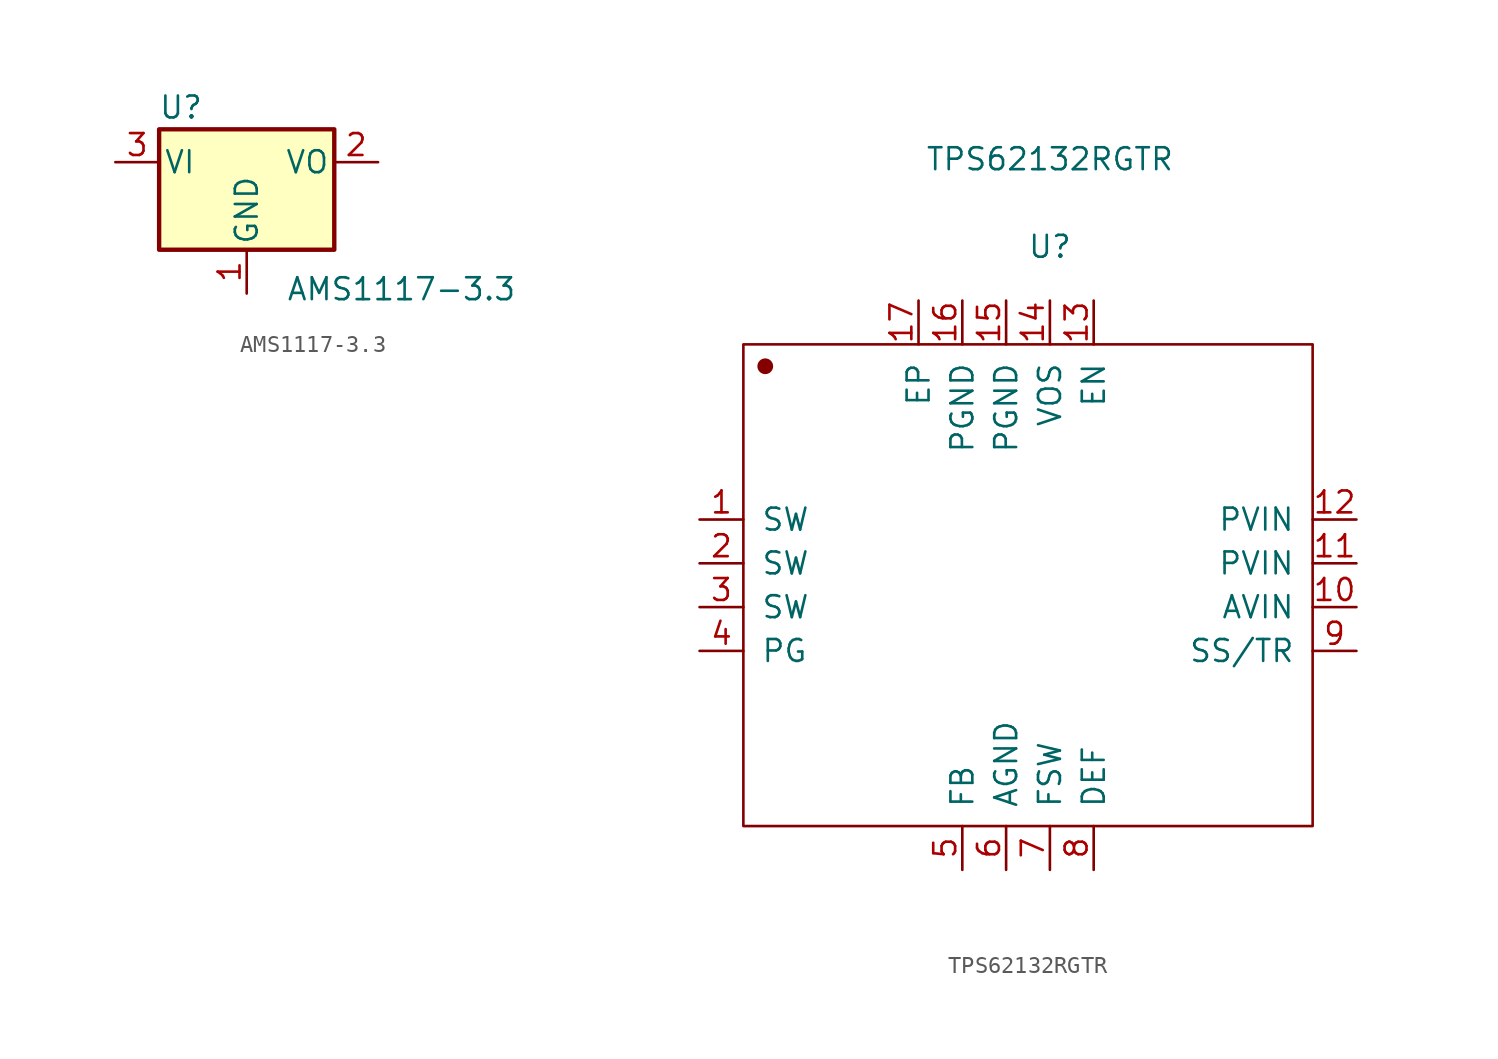
<source format=kicad_sym>
(kicad_symbol_lib
  (version 20231120)
  (generator "kicad_symbol_editor")
  (generator_version "8.0")
  (symbol "AMS1117-3.3"
    (pin_names
      (offset 0.254))
    (property "Reference" "U"
      (at -3.81 3.175 0)
      (effects (font (size 1.27 1.27))))
    (property "Value" "AMS1117-3.3"
      (at 2.286 -7.366 0)
      (effects (font (size 1.27 1.27)) (justify left)))
    (symbol "AMS1117-3.3_0_1"
      (rectangle (start -5.08 -5.08) (end 5.08 1.905) (stroke (width 0.254) (type default)) (fill (type background))))
    (symbol "AMS1117-3.3_1_1"
      (pin power_in line (at 0 -7.62 90) (length 2.54) (name "GND" (effects (font (size 1.27 1.27)))) (number "1" (effects (font (size 1.27 1.27)))))
      (pin power_out line (at 7.62 0 180) (length 2.54) (name "VO" (effects (font (size 1.27 1.27)))) (number "2" (effects (font (size 1.27 1.27)))))
      (pin power_in line (at -7.62 0 0) (length 2.54) (name "VI" (effects (font (size 1.27 1.27)))) (number "3" (effects (font (size 1.27 1.27)))))))
  (symbol "TPS62132RGTR"
    (pin_names
      (offset 1.016))
    (property "Reference" "U"
      (at 0 18.364 0)
      (effects (font (size 1.27 1.27))))
    (property "Value" "TPS62132RGTR"
      (at 0 23.444 0)
      (effects (font (size 1.27 1.27))))
    (symbol "TPS62132RGTR_1_1"
      (rectangle (start -17.78 12.7) (end 15.24 -15.24) (stroke (width 0.152) (type solid)) (fill (type none)))
      (circle (center -16.51 11.43) (radius 0.381) (stroke (width 0.152) (type solid)) (fill (type outline)))
      (pin passive line (at -20.32 2.54 0) (length 2.54) (name "SW" (effects (font (size 1.27 1.27)))) (number "1" (effects (font (size 1.27 1.27)))))
      (pin input line (at 17.78 -2.54 180) (length 2.54) (name "AVIN" (effects (font (size 1.27 1.27)))) (number "10" (effects (font (size 1.27 1.27)))))
      (pin input line (at 17.78 0 180) (length 2.54) (name "PVIN" (effects (font (size 1.27 1.27)))) (number "11" (effects (font (size 1.27 1.27)))))
      (pin input line (at 17.78 2.54 180) (length 2.54) (name "PVIN" (effects (font (size 1.27 1.27)))) (number "12" (effects (font (size 1.27 1.27)))))
      (pin input line (at 2.54 15.24 270) (length 2.54) (name "EN" (effects (font (size 1.27 1.27)))) (number "13" (effects (font (size 1.27 1.27)))))
      (pin input line (at 0 15.24 270) (length 2.54) (name "VOS" (effects (font (size 1.27 1.27)))) (number "14" (effects (font (size 1.27 1.27)))))
      (pin power_in line (at -2.54 15.24 270) (length 2.54) (name "PGND" (effects (font (size 1.27 1.27)))) (number "15" (effects (font (size 1.27 1.27)))))
      (pin power_in line (at -5.08 15.24 270) (length 2.54) (name "PGND" (effects (font (size 1.27 1.27)))) (number "16" (effects (font (size 1.27 1.27)))))
      (pin power_in line (at -7.62 15.24 270) (length 2.54) (name "EP" (effects (font (size 1.27 1.27)))) (number "17" (effects (font (size 1.27 1.27)))))
      (pin passive line (at -20.32 0 0) (length 2.54) (name "SW" (effects (font (size 1.27 1.27)))) (number "2" (effects (font (size 1.27 1.27)))))
      (pin passive line (at -20.32 -2.54 0) (length 2.54) (name "SW" (effects (font (size 1.27 1.27)))) (number "3" (effects (font (size 1.27 1.27)))))
      (pin output line (at -20.32 -5.08 0) (length 2.54) (name "PG" (effects (font (size 1.27 1.27)))) (number "4" (effects (font (size 1.27 1.27)))))
      (pin input line (at -5.08 -17.78 90) (length 2.54) (name "FB" (effects (font (size 1.27 1.27)))) (number "5" (effects (font (size 1.27 1.27)))))
      (pin power_in line (at -2.54 -17.78 90) (length 2.54) (name "AGND" (effects (font (size 1.27 1.27)))) (number "6" (effects (font (size 1.27 1.27)))))
      (pin input line (at 0 -17.78 90) (length 2.54) (name "FSW" (effects (font (size 1.27 1.27)))) (number "7" (effects (font (size 1.27 1.27)))))
      (pin input line (at 2.54 -17.78 90) (length 2.54) (name "DEF" (effects (font (size 1.27 1.27)))) (number "8" (effects (font (size 1.27 1.27)))))
      (pin input line (at 17.78 -5.08 180) (length 2.54) (name "SS/TR" (effects (font (size 1.27 1.27)))) (number "9" (effects (font (size 1.27 1.27))))))))
</source>
